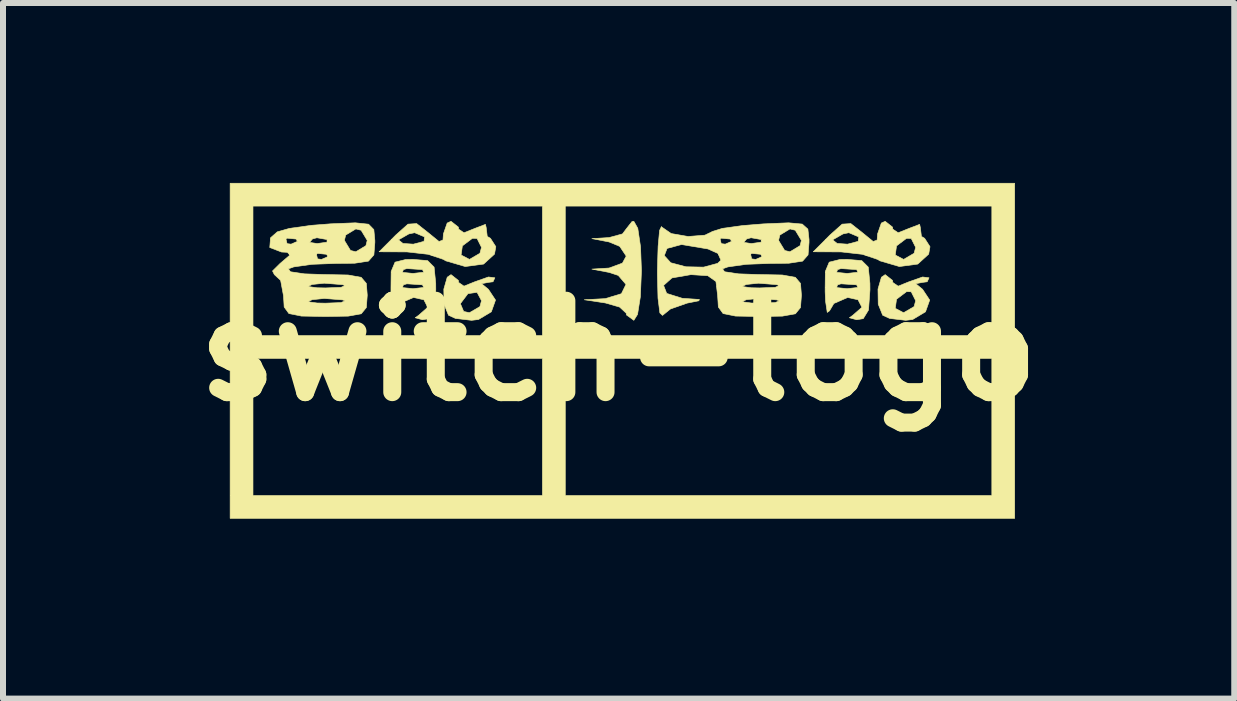
<source format=kicad_pcb>
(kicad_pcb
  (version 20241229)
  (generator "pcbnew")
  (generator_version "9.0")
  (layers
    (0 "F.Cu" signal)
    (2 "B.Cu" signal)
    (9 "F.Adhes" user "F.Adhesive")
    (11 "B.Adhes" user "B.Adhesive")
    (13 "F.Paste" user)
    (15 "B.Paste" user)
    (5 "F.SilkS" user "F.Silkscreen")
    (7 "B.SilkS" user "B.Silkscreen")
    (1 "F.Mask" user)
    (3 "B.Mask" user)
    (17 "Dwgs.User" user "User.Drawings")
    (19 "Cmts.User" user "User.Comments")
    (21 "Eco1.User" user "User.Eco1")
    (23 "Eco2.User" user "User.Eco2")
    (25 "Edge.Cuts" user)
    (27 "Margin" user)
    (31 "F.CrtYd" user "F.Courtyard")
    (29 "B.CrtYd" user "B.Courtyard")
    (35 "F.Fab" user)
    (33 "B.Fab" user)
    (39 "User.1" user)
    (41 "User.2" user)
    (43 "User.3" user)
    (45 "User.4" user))
  (footprint "switch-logo"
    (layer "F.Cu")
    (at 7.264 2.799)
    (property "Reference" "switch-logo" (at 0 0 0) (layer "F.SilkS") (effects (font (size 1.524 1.524) (thickness 0.3))))
    (attr through_hole)
    (fp_poly (pts (xy 0.32 -2.042) (xy 0.366 -1.733) (xy 0.381 -1.333) (xy 0.363 -0.902) (xy 0.316 -0.607) (xy 0.254 -0.508) (xy 0.131 -0.598) (xy 0.127 -0.627) (xy 0.017 -0.729) (xy -0.222 -0.798) (xy -0.572 -0.851) (xy -0.222 -0.87) (xy 0.047 -0.952) (xy 0.123 -1.107) (xy -0.006 -1.257) (xy -0.159 -1.307) (xy -0.445 -1.362) (xy -0.159 -1.38) (xy 0.064 -1.462) (xy 0.127 -1.579) (xy 0.019 -1.741) (xy -0.159 -1.815) (xy -0.445 -1.87) (xy -0.159 -1.888) (xy 0.065 -1.949) (xy 0.127 -2.032) (xy 0.224 -2.155) (xy 0.254 -2.159) (xy 0.32 -2.042)) (stroke (width 0.01) (type solid)) (fill yes) (layer "F.SilkS"))
    (fp_poly (pts (xy 6.604 2.794) (xy -6.477 2.794) (xy -6.477 0.127) (xy -6.096 0.127) (xy -6.096 2.413) (xy -1.27 2.413) (xy -1.27 0.127) (xy -0.889 0.127) (xy -0.889 2.413) (xy 6.223 2.413) (xy 6.223 0.127) (xy -0.889 0.127) (xy -1.27 0.127) (xy -6.096 0.127) (xy -6.477 0.127) (xy -6.477 -2.413) (xy -6.096 -2.413) (xy -6.096 -0.254) (xy -1.27 -0.254) (xy -1.27 -2.413) (xy -0.889 -2.413) (xy -0.889 -0.254) (xy 6.223 -0.254) (xy 6.223 -2.413) (xy -0.889 -2.413) (xy -1.27 -2.413) (xy -6.096 -2.413) (xy -6.477 -2.413) (xy -6.477 -2.794) (xy 6.604 -2.794) (xy 6.604 2.794)) (stroke (width 0.01) (type solid)) (fill yes) (layer "F.SilkS"))
    (fp_poly (pts (xy -2.671 -1.173) (xy -2.667 -1.139) (xy -2.578 -1.078) (xy -2.402 -1.149) (xy -2.17 -1.231) (xy -2.063 -1.217) (xy -2.094 -1.151) (xy -2.17 -1.141) (xy -2.285 -1.119) (xy -2.174 -1.028) (xy -2.172 -1.027) (xy -2.052 -0.846) (xy -2.122 -0.65) (xy -2.336 -0.522) (xy -2.451 -0.508) (xy -2.72 -0.54) (xy -2.836 -0.593) (xy -2.91 -0.777) (xy -2.91 -0.786) (xy -2.638 -0.786) (xy -2.583 -0.656) (xy -2.487 -0.635) (xy -2.312 -0.737) (xy -2.286 -0.836) (xy -2.36 -0.975) (xy -2.512 -0.953) (xy -2.638 -0.786) (xy -2.91 -0.786) (xy -2.914 -1.029) (xy -2.857 -1.227) (xy -2.794 -1.27) (xy -2.671 -1.173)) (stroke (width 0.01) (type solid)) (fill yes) (layer "F.SilkS"))
    (fp_poly (pts (xy 4.568 -1.173) (xy 4.572 -1.139) (xy 4.661 -1.078) (xy 4.837 -1.149) (xy 5.069 -1.231) (xy 5.176 -1.217) (xy 5.145 -1.151) (xy 5.069 -1.141) (xy 4.954 -1.119) (xy 5.065 -1.028) (xy 5.067 -1.027) (xy 5.187 -0.846) (xy 5.117 -0.65) (xy 4.903 -0.522) (xy 4.788 -0.508) (xy 4.519 -0.54) (xy 4.403 -0.593) (xy 4.357 -0.708) (xy 4.613 -0.708) (xy 4.752 -0.635) (xy 4.927 -0.737) (xy 4.953 -0.836) (xy 4.879 -0.984) (xy 4.802 -0.987) (xy 4.634 -0.86) (xy 4.613 -0.708) (xy 4.357 -0.708) (xy 4.329 -0.777) (xy 4.325 -1.029) (xy 4.382 -1.227) (xy 4.445 -1.27) (xy 4.568 -1.173)) (stroke (width 0.01) (type solid)) (fill yes) (layer "F.SilkS"))
    (fp_poly (pts (xy -3.185 -1.504) (xy -3.076 -1.395) (xy -3.049 -1.125) (xy -3.048 -1.016) (xy -3.072 -0.68) (xy -3.16 -0.536) (xy -3.27 -0.518) (xy -3.391 -0.551) (xy -3.334 -0.592) (xy -3.182 -0.725) (xy -3.247 -0.851) (xy -3.42 -0.889) (xy -3.65 -0.789) (xy -3.722 -0.667) (xy -3.76 -0.64) (xy -3.788 -0.825) (xy -3.795 -0.984) (xy -3.795 -1.054) (xy -3.604 -1.054) (xy -3.429 -1.036) (xy -3.249 -1.056) (xy -3.27 -1.1) (xy -3.53 -1.117) (xy -3.588 -1.1) (xy -3.604 -1.054) (xy -3.795 -1.054) (xy -3.792 -1.308) (xy -3.604 -1.308) (xy -3.429 -1.29) (xy -3.249 -1.31) (xy -3.27 -1.354) (xy -3.53 -1.371) (xy -3.588 -1.354) (xy -3.604 -1.308) (xy -3.792 -1.308) (xy -3.792 -1.323) (xy -3.727 -1.478) (xy -3.55 -1.522) (xy -3.429 -1.524) (xy -3.185 -1.504)) (stroke (width 0.01) (type solid)) (fill yes) (layer "F.SilkS"))
    (fp_poly (pts (xy 4.054 -1.504) (xy 4.163 -1.395) (xy 4.19 -1.125) (xy 4.191 -1.016) (xy 4.167 -0.68) (xy 4.079 -0.536) (xy 3.969 -0.518) (xy 3.848 -0.551) (xy 3.905 -0.592) (xy 4.057 -0.725) (xy 3.992 -0.851) (xy 3.819 -0.889) (xy 3.589 -0.789) (xy 3.517 -0.667) (xy 3.479 -0.64) (xy 3.451 -0.825) (xy 3.444 -0.984) (xy 3.444 -1.054) (xy 3.635 -1.054) (xy 3.81 -1.036) (xy 3.99 -1.056) (xy 3.969 -1.1) (xy 3.709 -1.117) (xy 3.651 -1.1) (xy 3.635 -1.054) (xy 3.444 -1.054) (xy 3.447 -1.308) (xy 3.635 -1.308) (xy 3.81 -1.29) (xy 3.99 -1.31) (xy 3.969 -1.354) (xy 3.709 -1.371) (xy 3.651 -1.354) (xy 3.635 -1.308) (xy 3.447 -1.308) (xy 3.447 -1.323) (xy 3.512 -1.478) (xy 3.689 -1.522) (xy 3.81 -1.524) (xy 4.054 -1.504)) (stroke (width 0.01) (type solid)) (fill yes) (layer "F.SilkS"))
    (fp_poly (pts (xy -2.671 -2.062) (xy -2.667 -2.028) (xy -2.578 -1.968) (xy -2.398 -2.04) (xy -2.22 -2.108) (xy -2.208 -2.056) (xy -2.19 -1.907) (xy -2.137 -1.876) (xy -2.047 -1.736) (xy -2.069 -1.612) (xy -2.251 -1.446) (xy -2.557 -1.405) (xy -2.882 -1.5) (xy -2.921 -1.524) (xy -3.139 -1.597) (xy -2.626 -1.597) (xy -2.487 -1.524) (xy -2.312 -1.626) (xy -2.286 -1.725) (xy -2.36 -1.873) (xy -2.437 -1.876) (xy -2.605 -1.749) (xy -2.626 -1.597) (xy -3.139 -1.597) (xy -3.175 -1.609) (xy -3.531 -1.649) (xy -3.552 -1.649) (xy -3.993 -1.651) (xy -3.794 -1.85) (xy -3.67 -1.85) (xy -3.596 -1.79) (xy -3.422 -1.778) (xy -3.244 -1.825) (xy -3.235 -1.899) (xy -3.4 -1.969) (xy -3.497 -1.949) (xy -3.67 -1.85) (xy -3.794 -1.85) (xy -3.716 -1.929) (xy -3.511 -2.112) (xy -3.367 -2.121) (xy -3.179 -1.973) (xy -2.994 -1.822) (xy -2.928 -1.848) (xy -2.921 -1.949) (xy -2.858 -2.13) (xy -2.794 -2.159) (xy -2.671 -2.062)) (stroke (width 0.01) (type solid)) (fill yes) (layer "F.SilkS"))
    (fp_poly (pts (xy 4.568 -2.062) (xy 4.572 -2.028) (xy 4.661 -1.968) (xy 4.841 -2.04) (xy 5.019 -2.108) (xy 5.031 -2.056) (xy 5.049 -1.907) (xy 5.102 -1.876) (xy 5.192 -1.736) (xy 5.17 -1.612) (xy 4.988 -1.446) (xy 4.682 -1.405) (xy 4.357 -1.5) (xy 4.318 -1.524) (xy 4.1 -1.597) (xy 4.613 -1.597) (xy 4.752 -1.524) (xy 4.927 -1.626) (xy 4.953 -1.725) (xy 4.879 -1.873) (xy 4.802 -1.876) (xy 4.634 -1.749) (xy 4.613 -1.597) (xy 4.1 -1.597) (xy 4.064 -1.609) (xy 3.708 -1.649) (xy 3.687 -1.649) (xy 3.246 -1.651) (xy 3.445 -1.85) (xy 3.569 -1.85) (xy 3.643 -1.79) (xy 3.817 -1.778) (xy 3.995 -1.825) (xy 4.004 -1.899) (xy 3.839 -1.969) (xy 3.742 -1.949) (xy 3.569 -1.85) (xy 3.445 -1.85) (xy 3.523 -1.929) (xy 3.728 -2.112) (xy 3.872 -2.121) (xy 4.06 -1.973) (xy 4.245 -1.822) (xy 4.311 -1.848) (xy 4.318 -1.949) (xy 4.381 -2.13) (xy 4.445 -2.159) (xy 4.568 -2.062)) (stroke (width 0.01) (type solid)) (fill yes) (layer "F.SilkS"))
    (fp_poly (pts (xy -4.169 -2.111) (xy -4.081 -2.021) (xy -4.064 -1.84) (xy -4.064 -1.806) (xy -4.08 -1.599) (xy -4.171 -1.495) (xy -4.401 -1.46) (xy -4.711 -1.457) (xy -5.113 -1.442) (xy -5.416 -1.399) (xy -5.505 -1.367) (xy -5.472 -1.318) (xy -5.238 -1.283) (xy -4.921 -1.272) (xy -4.51 -1.264) (xy -4.292 -1.225) (xy -4.206 -1.124) (xy -4.191 -0.932) (xy -4.191 -0.921) (xy -4.206 -0.721) (xy -4.291 -0.617) (xy -4.509 -0.578) (xy -4.889 -0.572) (xy -5.289 -0.579) (xy -5.497 -0.621) (xy -5.576 -0.73) (xy -5.581 -0.818) (xy -5.181 -0.818) (xy -5.028 -0.797) (xy -4.889 -0.794) (xy -4.628 -0.804) (xy -4.561 -0.833) (xy -4.602 -0.849) (xy -4.907 -0.873) (xy -5.11 -0.852) (xy -5.181 -0.818) (xy -5.581 -0.818) (xy -5.588 -0.921) (xy -5.616 -1.072) (xy -5.181 -1.072) (xy -5.028 -1.051) (xy -4.889 -1.048) (xy -4.628 -1.058) (xy -4.561 -1.087) (xy -4.602 -1.103) (xy -4.907 -1.127) (xy -5.11 -1.106) (xy -5.181 -1.072) (xy -5.616 -1.072) (xy -5.635 -1.174) (xy -5.739 -1.27) (xy -5.77 -1.331) (xy -5.644 -1.456) (xy -5.481 -1.595) (xy -5.493 -1.609) (xy -5.038 -1.609) (xy -5.02 -1.533) (xy -4.953 -1.524) (xy -4.848 -1.57) (xy -4.868 -1.609) (xy -5.019 -1.624) (xy -5.038 -1.609) (xy -5.493 -1.609) (xy -5.522 -1.642) (xy -5.62 -1.647) (xy -5.816 -1.722) (xy -5.805 -1.863) (xy -5.546 -1.863) (xy -5.528 -1.787) (xy -5.461 -1.778) (xy -5.393 -1.808) (xy -5.152 -1.808) (xy -5.027 -1.788) (xy -4.862 -1.811) (xy -4.861 -1.841) (xy -4.572 -1.841) (xy -4.47 -1.673) (xy -4.381 -1.651) (xy -4.213 -1.753) (xy -4.191 -1.841) (xy -4.293 -2.01) (xy -4.381 -2.032) (xy -4.55 -1.93) (xy -4.572 -1.841) (xy -4.861 -1.841) (xy -4.86 -1.855) (xy -5.03 -1.885) (xy -5.104 -1.865) (xy -5.152 -1.808) (xy -5.393 -1.808) (xy -5.356 -1.824) (xy -5.376 -1.863) (xy -5.527 -1.878) (xy -5.546 -1.863) (xy -5.805 -1.863) (xy -5.804 -1.883) (xy -5.691 -1.983) (xy -5.488 -2.041) (xy -5.122 -2.092) (xy -4.802 -2.117) (xy -4.389 -2.134) (xy -4.169 -2.111)) (stroke (width 0.01) (type solid)) (fill yes) (layer "F.SilkS"))
    (fp_poly (pts (xy 3.062 -2.113) (xy 3.156 -2.029) (xy 3.175 -1.858) (xy 3.175 -1.806) (xy 3.159 -1.599) (xy 3.068 -1.495) (xy 2.838 -1.46) (xy 2.528 -1.457) (xy 2.126 -1.442) (xy 1.823 -1.399) (xy 1.734 -1.367) (xy 1.767 -1.318) (xy 2.001 -1.283) (xy 2.318 -1.272) (xy 2.729 -1.264) (xy 2.947 -1.225) (xy 3.033 -1.124) (xy 3.048 -0.932) (xy 3.048 -0.921) (xy 3.033 -0.721) (xy 2.948 -0.617) (xy 2.73 -0.578) (xy 2.349 -0.572) (xy 1.95 -0.579) (xy 1.742 -0.621) (xy 1.663 -0.73) (xy 1.658 -0.818) (xy 2.058 -0.818) (xy 2.211 -0.797) (xy 2.349 -0.794) (xy 2.611 -0.804) (xy 2.678 -0.833) (xy 2.637 -0.849) (xy 2.332 -0.873) (xy 2.129 -0.852) (xy 2.058 -0.818) (xy 1.658 -0.818) (xy 1.651 -0.921) (xy 1.633 -1.072) (xy 2.058 -1.072) (xy 2.211 -1.051) (xy 2.349 -1.048) (xy 2.611 -1.058) (xy 2.678 -1.087) (xy 2.637 -1.103) (xy 2.332 -1.127) (xy 2.129 -1.106) (xy 2.058 -1.072) (xy 1.633 -1.072) (xy 1.623 -1.156) (xy 1.487 -1.252) (xy 1.206 -1.27) (xy 0.889 -1.215) (xy 0.75 -1.09) (xy 0.802 -0.957) (xy 1.062 -0.875) (xy 1.111 -0.872) (xy 1.347 -0.856) (xy 1.338 -0.834) (xy 1.143 -0.795) (xy 0.864 -0.697) (xy 0.732 -0.59) (xy 0.688 -0.632) (xy 0.657 -0.877) (xy 0.647 -1.273) (xy 0.647 -1.333) (xy 0.654 -1.587) (xy 0.762 -1.587) (xy 0.87 -1.468) (xy 1.123 -1.401) (xy 1.418 -1.395) (xy 1.651 -1.458) (xy 1.706 -1.51) (xy 1.663 -1.609) (xy 2.201 -1.609) (xy 2.219 -1.533) (xy 2.286 -1.524) (xy 2.391 -1.57) (xy 2.371 -1.609) (xy 2.22 -1.624) (xy 2.201 -1.609) (xy 1.663 -1.609) (xy 1.657 -1.623) (xy 1.491 -1.698) (xy 1.05 -1.772) (xy 0.808 -1.707) (xy 0.762 -1.587) (xy 0.654 -1.587) (xy 0.659 -1.744) (xy 0.67 -1.863) (xy 1.693 -1.863) (xy 1.711 -1.787) (xy 1.778 -1.778) (xy 1.846 -1.808) (xy 2.087 -1.808) (xy 2.212 -1.788) (xy 2.377 -1.811) (xy 2.378 -1.841) (xy 2.667 -1.841) (xy 2.769 -1.673) (xy 2.857 -1.651) (xy 3.026 -1.753) (xy 3.048 -1.841) (xy 2.946 -2.01) (xy 2.857 -2.032) (xy 2.689 -1.93) (xy 2.667 -1.841) (xy 2.378 -1.841) (xy 2.379 -1.855) (xy 2.209 -1.885) (xy 2.135 -1.865) (xy 2.087 -1.808) (xy 1.846 -1.808) (xy 1.883 -1.824) (xy 1.863 -1.863) (xy 1.712 -1.878) (xy 1.693 -1.863) (xy 0.67 -1.863) (xy 0.683 -2.007) (xy 0.715 -2.073) (xy 0.719 -2.064) (xy 0.877 -1.955) (xy 1.159 -1.906) (xy 1.439 -1.928) (xy 1.566 -1.99) (xy 1.729 -2.041) (xy 2.067 -2.088) (xy 2.413 -2.116) (xy 2.834 -2.134) (xy 3.062 -2.113)) (stroke (width 0.01) (type solid)) (fill yes) (layer "F.SilkS")))
  (gr_rect
    (start -3 -3)
    (end 17.529 8.598)
    (stroke (width 0.1) (type default))
    (fill no)
    (layer "Edge.Cuts")))
</source>
